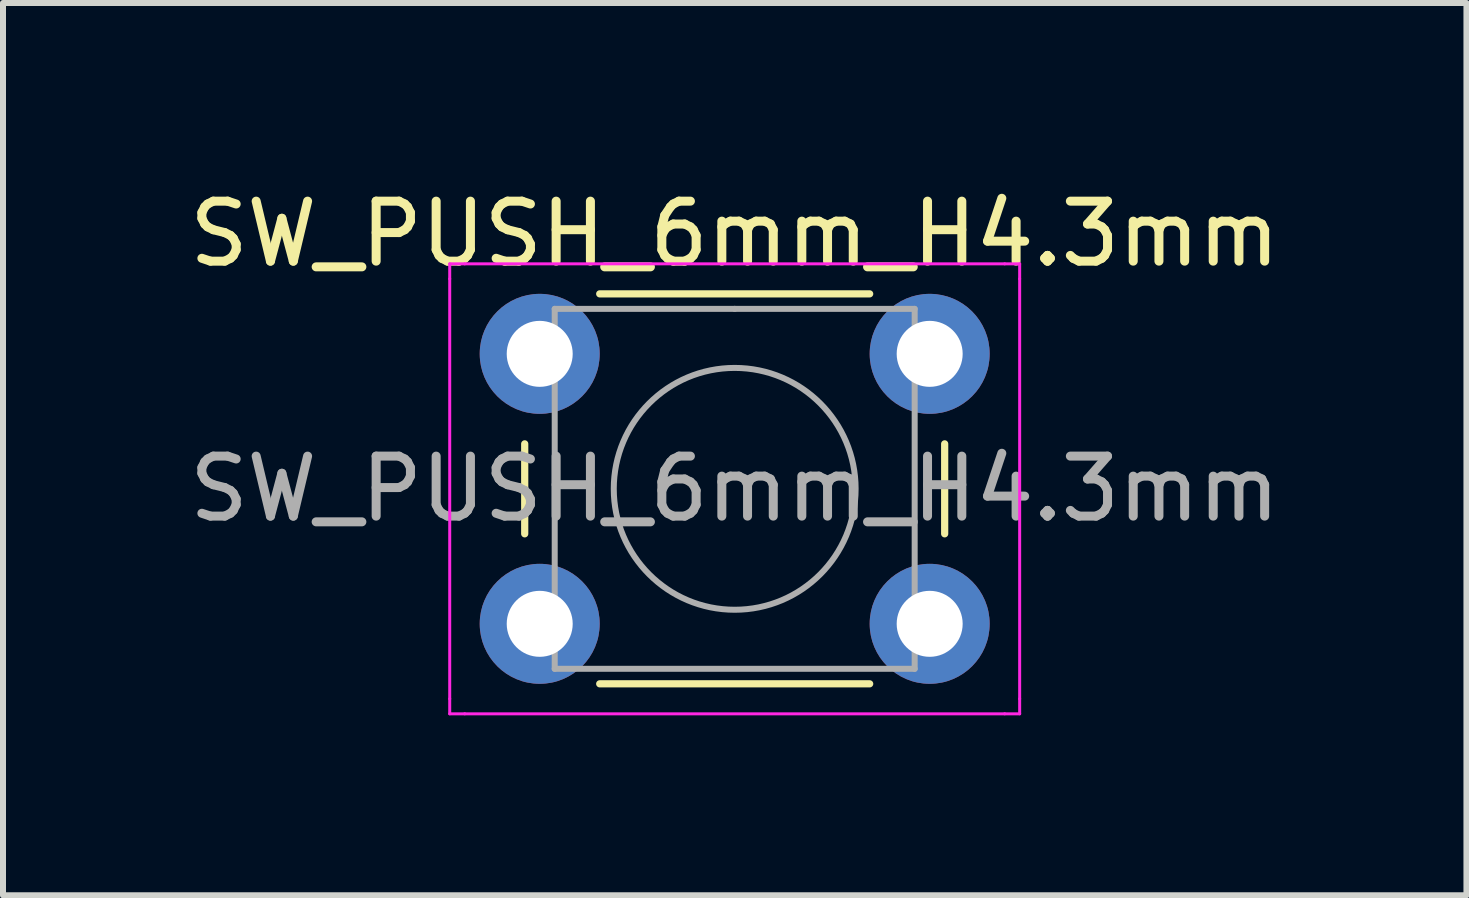
<source format=kicad_pcb>
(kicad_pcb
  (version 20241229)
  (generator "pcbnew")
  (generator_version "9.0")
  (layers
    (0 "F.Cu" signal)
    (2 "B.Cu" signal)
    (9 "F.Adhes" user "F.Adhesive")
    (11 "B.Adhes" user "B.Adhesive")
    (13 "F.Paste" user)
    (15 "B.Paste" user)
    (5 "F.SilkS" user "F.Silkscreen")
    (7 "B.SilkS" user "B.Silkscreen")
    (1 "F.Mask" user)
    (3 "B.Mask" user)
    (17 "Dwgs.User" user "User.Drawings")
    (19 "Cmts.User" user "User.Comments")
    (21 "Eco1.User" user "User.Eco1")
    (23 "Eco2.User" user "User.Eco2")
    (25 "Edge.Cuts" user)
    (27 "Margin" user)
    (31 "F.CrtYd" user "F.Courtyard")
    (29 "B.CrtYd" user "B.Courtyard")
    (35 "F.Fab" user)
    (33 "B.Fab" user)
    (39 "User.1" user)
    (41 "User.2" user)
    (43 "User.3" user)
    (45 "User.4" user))
  (footprint "SW_PUSH_6mm_H4.3mm"
    (layer "F.Cu")
    (at 5.946 2.848)
    (property "Reference" "SW_PUSH_6mm_H4.3mm" (at 3.25 -2 0) (layer "F.SilkS") (effects (font (size 1 1) (thickness 0.15))))
    (attr through_hole)
    (fp_line (start -0.25 1.5) (end -0.25 3) (stroke (width 0.12) (type solid)) (layer "F.SilkS"))
    (fp_line (start 1 5.5) (end 5.5 5.5) (stroke (width 0.12) (type solid)) (layer "F.SilkS"))
    (fp_line (start 5.5 -1) (end 1 -1) (stroke (width 0.12) (type solid)) (layer "F.SilkS"))
    (fp_line (start 6.75 3) (end 6.75 1.5) (stroke (width 0.12) (type solid)) (layer "F.SilkS"))
    (fp_line (start 1.27 0) (end 5.08 0) (stroke (width 0.12) (type solid)) (layer "Eco1.User"))
    (fp_line (start 1.27 4.445) (end 5.08 4.445) (stroke (width 0.12) (type solid)) (layer "Eco1.User"))
    (fp_line (start 3.175 0) (end 3.175 1.905) (stroke (width 0.12) (type solid)) (layer "Eco1.User"))
    (fp_line (start 3.175 1.905) (end 4.445 3.175) (stroke (width 0.12) (type solid)) (layer "Eco1.User"))
    (fp_line (start 3.175 4.445) (end 3.175 3.175) (stroke (width 0.12) (type solid)) (layer "Eco1.User"))
    (fp_line (start -1.5 -1.5) (end -1.25 -1.5) (stroke (width 0.05) (type solid)) (layer "F.CrtYd"))
    (fp_line (start -1.5 -1.25) (end -1.5 -1.5) (stroke (width 0.05) (type solid)) (layer "F.CrtYd"))
    (fp_line (start -1.5 5.75) (end -1.5 -1.25) (stroke (width 0.05) (type solid)) (layer "F.CrtYd"))
    (fp_line (start -1.5 5.75) (end -1.5 6) (stroke (width 0.05) (type solid)) (layer "F.CrtYd"))
    (fp_line (start -1.5 6) (end -1.25 6) (stroke (width 0.05) (type solid)) (layer "F.CrtYd"))
    (fp_line (start -1.25 -1.5) (end 7.75 -1.5) (stroke (width 0.05) (type solid)) (layer "F.CrtYd"))
    (fp_line (start 7.75 -1.5) (end 8 -1.5) (stroke (width 0.05) (type solid)) (layer "F.CrtYd"))
    (fp_line (start 7.75 6) (end -1.25 6) (stroke (width 0.05) (type solid)) (layer "F.CrtYd"))
    (fp_line (start 7.75 6) (end 8 6) (stroke (width 0.05) (type solid)) (layer "F.CrtYd"))
    (fp_line (start 8 -1.5) (end 8 -1.25) (stroke (width 0.05) (type solid)) (layer "F.CrtYd"))
    (fp_line (start 8 -1.25) (end 8 5.75) (stroke (width 0.05) (type solid)) (layer "F.CrtYd"))
    (fp_line (start 8 6) (end 8 5.75) (stroke (width 0.05) (type solid)) (layer "F.CrtYd"))
    (fp_line (start 0.25 -0.75) (end 3.25 -0.75) (stroke (width 0.1) (type solid)) (layer "F.Fab"))
    (fp_line (start 0.25 5.25) (end 0.25 -0.75) (stroke (width 0.1) (type solid)) (layer "F.Fab"))
    (fp_line (start 3.25 -0.75) (end 6.25 -0.75) (stroke (width 0.1) (type solid)) (layer "F.Fab"))
    (fp_line (start 6.25 -0.75) (end 6.25 5.25) (stroke (width 0.1) (type solid)) (layer "F.Fab"))
    (fp_line (start 6.25 5.25) (end 0.25 5.25) (stroke (width 0.1) (type solid)) (layer "F.Fab"))
    (fp_circle (center 3.25 2.25) (end 1.25 2.5) (stroke (width 0.1) (type solid)) (fill no) (layer "F.Fab"))
    (fp_text user "${REFERENCE}" (at 3.25 2.25 0) (layer "F.Fab") (effects (font (size 1 1) (thickness 0.15))))
    (pad "1" thru_hole circle (at 0 0 90) (size 2 2) (drill 1.1) (layers "*.Cu" "*.Mask"))
    (pad "2" thru_hole circle (at 0 4.5 90) (size 2 2) (drill 1.1) (layers "*.Cu" "*.Mask"))
    (pad "3" thru_hole circle (at 6.5 4.5 90) (size 2 2) (drill 1.1) (layers "*.Cu" "*.Mask"))
    (pad "4" thru_hole circle (at 6.5 0 90) (size 2 2) (drill 1.1) (layers "*.Cu" "*.Mask")))
  (gr_rect
    (start -3 -3)
    (end 21.393 11.873)
    (stroke (width 0.1) (type default))
    (fill no)
    (layer "Edge.Cuts")))
</source>
